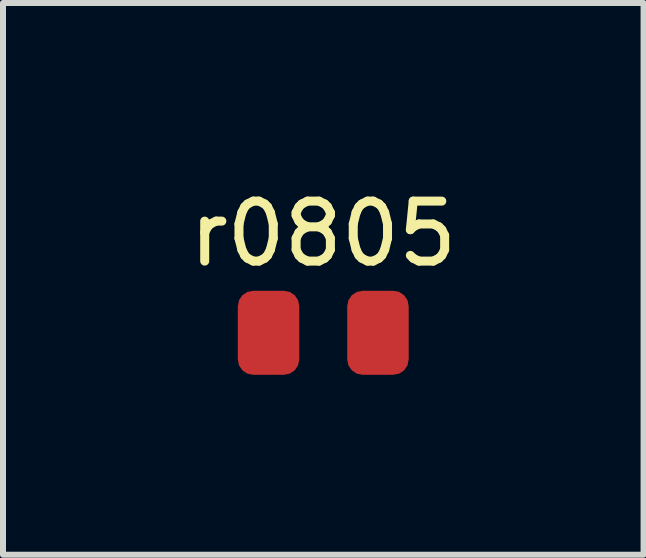
<source format=kicad_pcb>
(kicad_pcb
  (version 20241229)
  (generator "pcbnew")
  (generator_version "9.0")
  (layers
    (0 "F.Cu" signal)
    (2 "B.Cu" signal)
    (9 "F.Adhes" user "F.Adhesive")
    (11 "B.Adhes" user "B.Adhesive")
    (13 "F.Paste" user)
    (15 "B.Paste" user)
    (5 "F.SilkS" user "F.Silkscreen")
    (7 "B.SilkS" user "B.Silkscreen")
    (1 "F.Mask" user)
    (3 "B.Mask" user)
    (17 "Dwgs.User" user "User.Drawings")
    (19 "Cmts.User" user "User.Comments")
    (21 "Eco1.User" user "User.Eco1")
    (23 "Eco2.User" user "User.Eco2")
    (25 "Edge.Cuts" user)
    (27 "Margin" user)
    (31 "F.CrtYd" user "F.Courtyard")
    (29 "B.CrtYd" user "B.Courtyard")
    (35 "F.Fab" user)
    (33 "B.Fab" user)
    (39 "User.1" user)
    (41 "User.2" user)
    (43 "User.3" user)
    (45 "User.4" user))
  (footprint "r0805"
    (layer "F.Cu")
    (at 2.339 2.498)
    (property "Reference" "r0805" (at 0 -1.65 0) (layer "F.SilkS") (effects (font (size 1 1) (thickness 0.15))))
    (pad "1" smd roundrect (at -0.912 0) (size 1.025 1.4) (layers "F.Cu" "F.Mask" "F.Paste") (roundrect_rratio 0.25))
    (pad "2" smd roundrect (at 0.912 0) (size 1.025 1.4) (layers "F.Cu" "F.Mask" "F.Paste") (roundrect_rratio 0.25)))
  (gr_rect
    (start -3 -3)
    (end 7.679 6.198)
    (stroke (width 0.1) (type default))
    (fill no)
    (layer "Edge.Cuts")))
</source>
